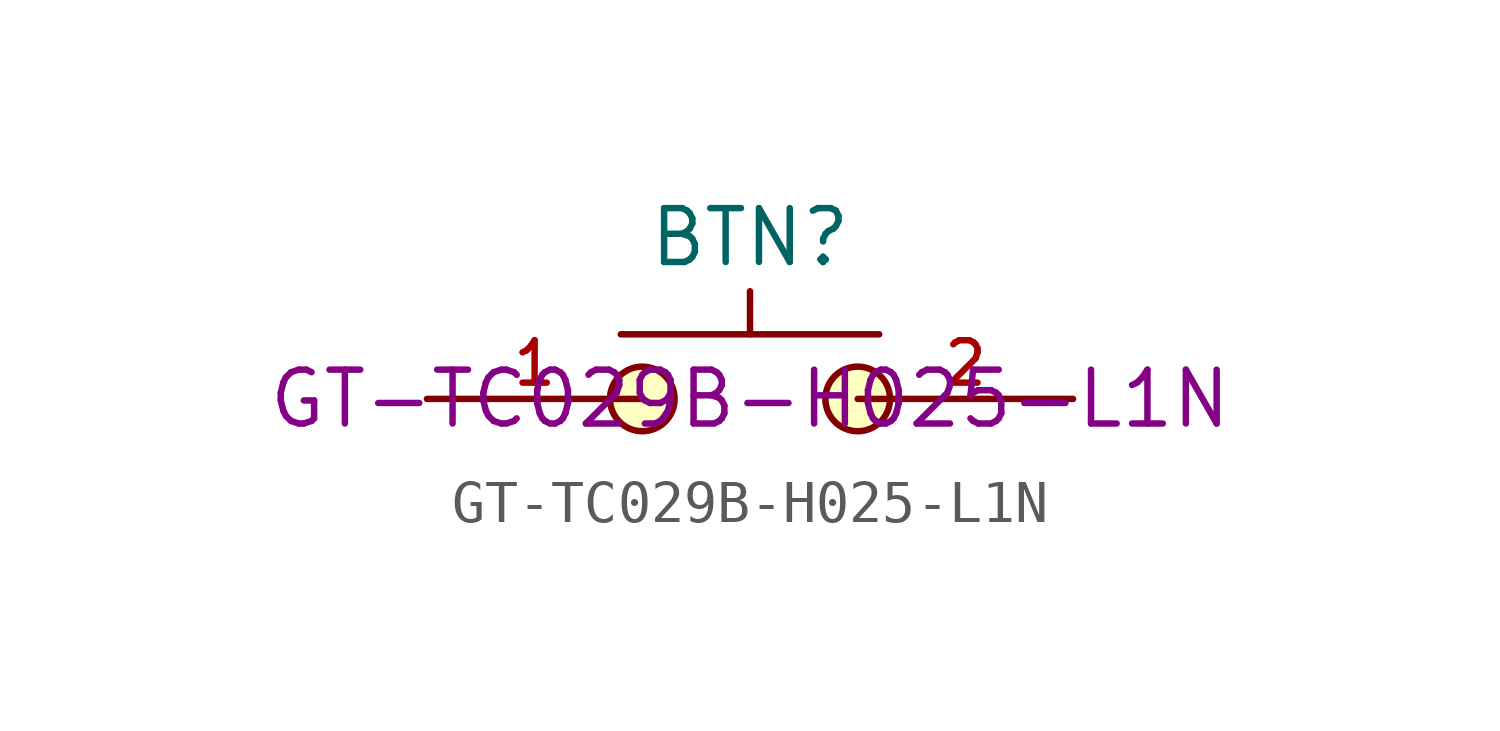
<source format=kicad_sym>
(kicad_symbol_lib
  (version 20220914)
  (generator kicad_symbol_editor)
  (symbol "GT-TC029B-H025-L1N"
    (pin_names hide)
    (property "Reference" "BTN"
      (at 0 3.81 0)
      (effects (font (size 1.27 1.27))))
    (property "MPN" "GT-TC029B-H025-L1N"
      (at 0 0 0)
      (effects (font (size 1.27 1.27))))
    (symbol "GT-TC029B-H025-L1N_0_1"
      (circle (center -2.54 0) (radius 0.762) (stroke (width 0) (type default)) (fill (type background)))
      (polyline (pts (xy -3.048 1.524) (xy 3.048 1.524)) (stroke (width 0) (type default)) (fill (type none)))
      (polyline (pts (xy 0 1.524) (xy 0 2.54)) (stroke (width 0) (type default)) (fill (type none)))
      (circle (center 2.54 0) (radius 0.762) (stroke (width 0) (type default)) (fill (type background)))
      (pin passive line (at -7.62 0 0) (length 5.08) (name "1" (effects (font (size 1 1)))) (number "1" (effects (font (size 1 1)))))
      (pin passive line (at 7.62 0 180) (length 5.08) (name "2" (effects (font (size 1 1)))) (number "2" (effects (font (size 1 1))))))))
</source>
